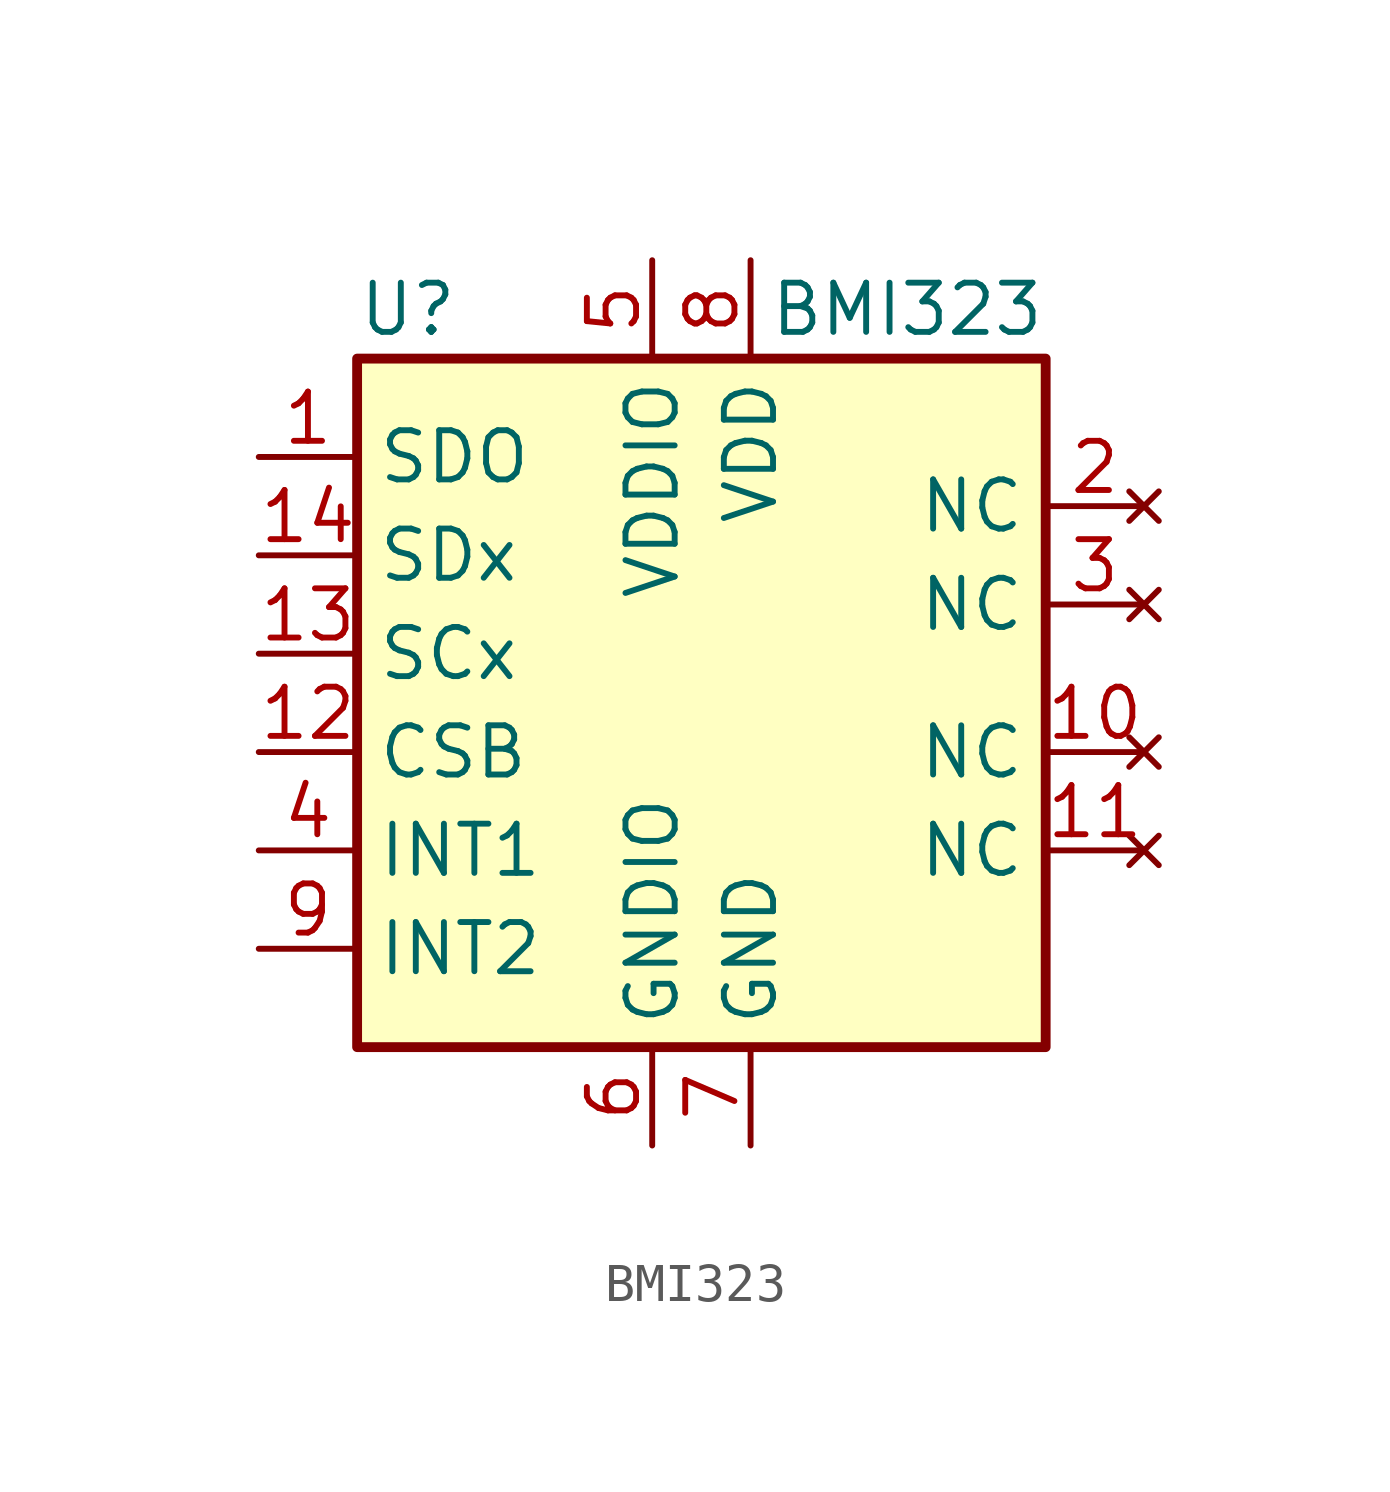
<source format=kicad_sym>
(kicad_symbol_lib
  (version 20220914)
  (generator kicad_symbol_editor)
  (symbol "BMI323"
    (property "Reference" "U"
      (at -10.16 8.89 0)
      (effects (font (size 1.27 1.27)) (justify left)))
    (property "Value" "BMI323"
      (at 7.62 8.89 0)
      (effects (font (size 1.27 1.27)) (justify right)))
    (symbol "BMI323_1_1"
      (rectangle (start -10.16 7.62) (end 7.62 -10.16) (stroke (width 0.254) (type default)) (fill (type background)))
      (pin bidirectional line (at -12.7 5.08 0) (length 2.54) (name "SDO" (effects (font (size 1.27 1.27)))) (number "1" (effects (font (size 1.27 1.27)))))
      (pin no_connect line (at 10.16 -2.54 180) (length 2.54) (name "NC" (effects (font (size 1.27 1.27)))) (number "10" (effects (font (size 1.27 1.27)))))
      (pin no_connect line (at 10.16 -5.08 180) (length 2.54) (name "NC" (effects (font (size 1.27 1.27)))) (number "11" (effects (font (size 1.27 1.27)))))
      (pin input line (at -12.7 -2.54 0) (length 2.54) (name "CSB" (effects (font (size 1.27 1.27)))) (number "12" (effects (font (size 1.27 1.27)))))
      (pin input line (at -12.7 0 0) (length 2.54) (name "SCx" (effects (font (size 1.27 1.27)))) (number "13" (effects (font (size 1.27 1.27)))))
      (pin bidirectional line (at -12.7 2.54 0) (length 2.54) (name "SDx" (effects (font (size 1.27 1.27)))) (number "14" (effects (font (size 1.27 1.27)))))
      (pin no_connect line (at 10.16 3.81 180) (length 2.54) (name "NC" (effects (font (size 1.27 1.27)))) (number "2" (effects (font (size 1.27 1.27)))))
      (pin no_connect line (at 10.16 1.27 180) (length 2.54) (name "NC" (effects (font (size 1.27 1.27)))) (number "3" (effects (font (size 1.27 1.27)))))
      (pin bidirectional line (at -12.7 -5.08 0) (length 2.54) (name "INT1" (effects (font (size 1.27 1.27)))) (number "4" (effects (font (size 1.27 1.27)))))
      (pin power_in line (at -2.54 10.16 270) (length 2.54) (name "VDDIO" (effects (font (size 1.27 1.27)))) (number "5" (effects (font (size 1.27 1.27)))))
      (pin power_in line (at -2.54 -12.7 90) (length 2.54) (name "GNDIO" (effects (font (size 1.27 1.27)))) (number "6" (effects (font (size 1.27 1.27)))))
      (pin power_in line (at 0 -12.7 90) (length 2.54) (name "GND" (effects (font (size 1.27 1.27)))) (number "7" (effects (font (size 1.27 1.27)))))
      (pin power_in line (at 0 10.16 270) (length 2.54) (name "VDD" (effects (font (size 1.27 1.27)))) (number "8" (effects (font (size 1.27 1.27)))))
      (pin bidirectional line (at -12.7 -7.62 0) (length 2.54) (name "INT2" (effects (font (size 1.27 1.27)))) (number "9" (effects (font (size 1.27 1.27))))))))
</source>
